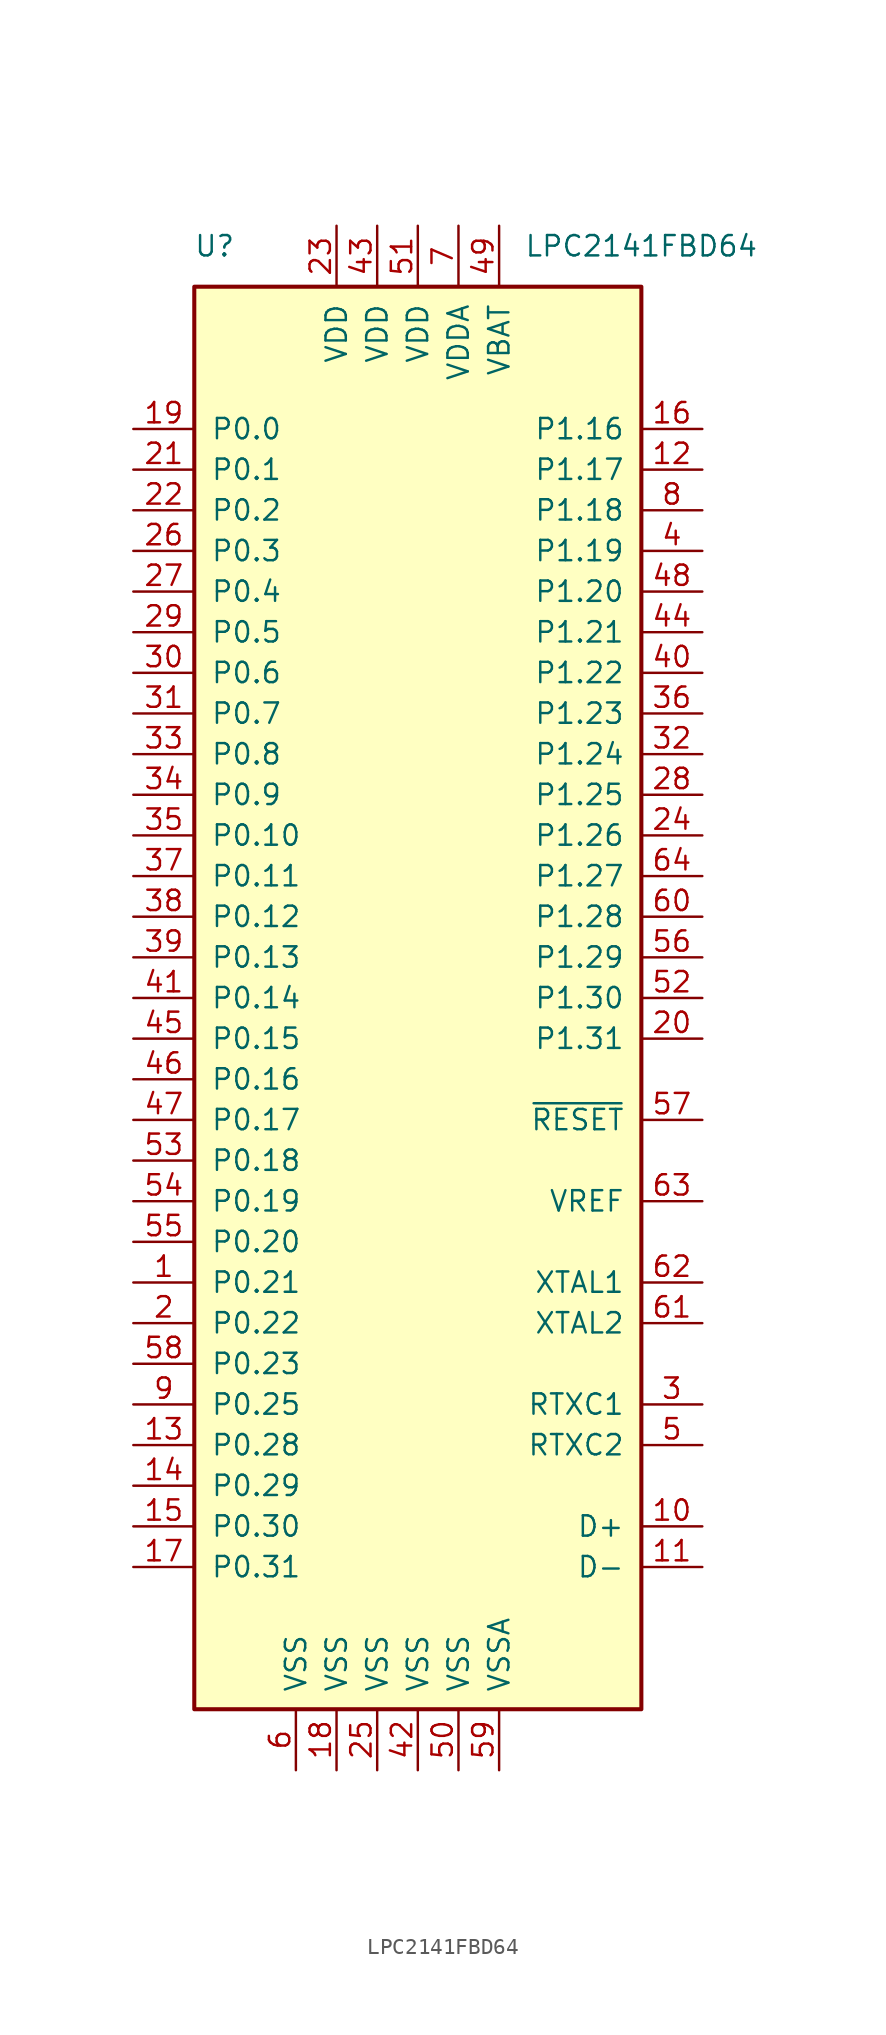
<source format=kicad_sym>
(kicad_symbol_lib
  (version 20220914)
  (generator kicad_symbol_editor)
  (symbol "LPC2141FBD64"
    (pin_names
      (offset 1.016))
    (property "Reference" "U"
      (at -12.7 46.99 0)
      (effects (font (size 1.27 1.27))))
    (property "Value" "LPC2141FBD64"
      (at 13.97 46.99 0)
      (effects (font (size 1.27 1.27))))
    (symbol "LPC2141FBD64_0_1"
      (rectangle (start 13.97 44.45) (end -13.97 -44.45) (stroke (width 0.254) (type default)) (fill (type background))))
    (symbol "LPC2141FBD64_1_1"
      (pin bidirectional line (at -17.78 -17.78 0) (length 3.81) (name "P0.21" (effects (font (size 1.27 1.27)))) (number "1" (effects (font (size 1.27 1.27)))))
      (pin bidirectional line (at 17.78 -33.02 180) (length 3.81) (name "D+" (effects (font (size 1.27 1.27)))) (number "10" (effects (font (size 1.27 1.27)))))
      (pin bidirectional line (at 17.78 -35.56 180) (length 3.81) (name "D-" (effects (font (size 1.27 1.27)))) (number "11" (effects (font (size 1.27 1.27)))))
      (pin bidirectional line (at 17.78 33.02 180) (length 3.81) (name "P1.17" (effects (font (size 1.27 1.27)))) (number "12" (effects (font (size 1.27 1.27)))))
      (pin bidirectional line (at -17.78 -27.94 0) (length 3.81) (name "P0.28" (effects (font (size 1.27 1.27)))) (number "13" (effects (font (size 1.27 1.27)))))
      (pin bidirectional line (at -17.78 -30.48 0) (length 3.81) (name "P0.29" (effects (font (size 1.27 1.27)))) (number "14" (effects (font (size 1.27 1.27)))))
      (pin bidirectional line (at -17.78 -33.02 0) (length 3.81) (name "P0.30" (effects (font (size 1.27 1.27)))) (number "15" (effects (font (size 1.27 1.27)))))
      (pin bidirectional line (at 17.78 35.56 180) (length 3.81) (name "P1.16" (effects (font (size 1.27 1.27)))) (number "16" (effects (font (size 1.27 1.27)))))
      (pin output line (at -17.78 -35.56 0) (length 3.81) (name "P0.31" (effects (font (size 1.27 1.27)))) (number "17" (effects (font (size 1.27 1.27)))))
      (pin power_in line (at -5.08 -48.26 90) (length 3.81) (name "VSS" (effects (font (size 1.27 1.27)))) (number "18" (effects (font (size 1.27 1.27)))))
      (pin bidirectional line (at -17.78 35.56 0) (length 3.81) (name "P0.0" (effects (font (size 1.27 1.27)))) (number "19" (effects (font (size 1.27 1.27)))))
      (pin bidirectional line (at -17.78 -20.32 0) (length 3.81) (name "P0.22" (effects (font (size 1.27 1.27)))) (number "2" (effects (font (size 1.27 1.27)))))
      (pin bidirectional line (at 17.78 -2.54 180) (length 3.81) (name "P1.31" (effects (font (size 1.27 1.27)))) (number "20" (effects (font (size 1.27 1.27)))))
      (pin bidirectional line (at -17.78 33.02 0) (length 3.81) (name "P0.1" (effects (font (size 1.27 1.27)))) (number "21" (effects (font (size 1.27 1.27)))))
      (pin bidirectional line (at -17.78 30.48 0) (length 3.81) (name "P0.2" (effects (font (size 1.27 1.27)))) (number "22" (effects (font (size 1.27 1.27)))))
      (pin power_in line (at -5.08 48.26 270) (length 3.81) (name "VDD" (effects (font (size 1.27 1.27)))) (number "23" (effects (font (size 1.27 1.27)))))
      (pin bidirectional line (at 17.78 10.16 180) (length 3.81) (name "P1.26" (effects (font (size 1.27 1.27)))) (number "24" (effects (font (size 1.27 1.27)))))
      (pin power_in line (at -2.54 -48.26 90) (length 3.81) (name "VSS" (effects (font (size 1.27 1.27)))) (number "25" (effects (font (size 1.27 1.27)))))
      (pin bidirectional line (at -17.78 27.94 0) (length 3.81) (name "P0.3" (effects (font (size 1.27 1.27)))) (number "26" (effects (font (size 1.27 1.27)))))
      (pin bidirectional line (at -17.78 25.4 0) (length 3.81) (name "P0.4" (effects (font (size 1.27 1.27)))) (number "27" (effects (font (size 1.27 1.27)))))
      (pin bidirectional line (at 17.78 12.7 180) (length 3.81) (name "P1.25" (effects (font (size 1.27 1.27)))) (number "28" (effects (font (size 1.27 1.27)))))
      (pin bidirectional line (at -17.78 22.86 0) (length 3.81) (name "P0.5" (effects (font (size 1.27 1.27)))) (number "29" (effects (font (size 1.27 1.27)))))
      (pin input line (at 17.78 -25.4 180) (length 3.81) (name "RTXC1" (effects (font (size 1.27 1.27)))) (number "3" (effects (font (size 1.27 1.27)))))
      (pin bidirectional line (at -17.78 20.32 0) (length 3.81) (name "P0.6" (effects (font (size 1.27 1.27)))) (number "30" (effects (font (size 1.27 1.27)))))
      (pin bidirectional line (at -17.78 17.78 0) (length 3.81) (name "P0.7" (effects (font (size 1.27 1.27)))) (number "31" (effects (font (size 1.27 1.27)))))
      (pin bidirectional line (at 17.78 15.24 180) (length 3.81) (name "P1.24" (effects (font (size 1.27 1.27)))) (number "32" (effects (font (size 1.27 1.27)))))
      (pin bidirectional line (at -17.78 15.24 0) (length 3.81) (name "P0.8" (effects (font (size 1.27 1.27)))) (number "33" (effects (font (size 1.27 1.27)))))
      (pin bidirectional line (at -17.78 12.7 0) (length 3.81) (name "P0.9" (effects (font (size 1.27 1.27)))) (number "34" (effects (font (size 1.27 1.27)))))
      (pin bidirectional line (at -17.78 10.16 0) (length 3.81) (name "P0.10" (effects (font (size 1.27 1.27)))) (number "35" (effects (font (size 1.27 1.27)))))
      (pin bidirectional line (at 17.78 17.78 180) (length 3.81) (name "P1.23" (effects (font (size 1.27 1.27)))) (number "36" (effects (font (size 1.27 1.27)))))
      (pin bidirectional line (at -17.78 7.62 0) (length 3.81) (name "P0.11" (effects (font (size 1.27 1.27)))) (number "37" (effects (font (size 1.27 1.27)))))
      (pin bidirectional line (at -17.78 5.08 0) (length 3.81) (name "P0.12" (effects (font (size 1.27 1.27)))) (number "38" (effects (font (size 1.27 1.27)))))
      (pin bidirectional line (at -17.78 2.54 0) (length 3.81) (name "P0.13" (effects (font (size 1.27 1.27)))) (number "39" (effects (font (size 1.27 1.27)))))
      (pin bidirectional line (at 17.78 27.94 180) (length 3.81) (name "P1.19" (effects (font (size 1.27 1.27)))) (number "4" (effects (font (size 1.27 1.27)))))
      (pin bidirectional line (at 17.78 20.32 180) (length 3.81) (name "P1.22" (effects (font (size 1.27 1.27)))) (number "40" (effects (font (size 1.27 1.27)))))
      (pin bidirectional line (at -17.78 0 0) (length 3.81) (name "P0.14" (effects (font (size 1.27 1.27)))) (number "41" (effects (font (size 1.27 1.27)))))
      (pin power_in line (at 0 -48.26 90) (length 3.81) (name "VSS" (effects (font (size 1.27 1.27)))) (number "42" (effects (font (size 1.27 1.27)))))
      (pin power_in line (at -2.54 48.26 270) (length 3.81) (name "VDD" (effects (font (size 1.27 1.27)))) (number "43" (effects (font (size 1.27 1.27)))))
      (pin bidirectional line (at 17.78 22.86 180) (length 3.81) (name "P1.21" (effects (font (size 1.27 1.27)))) (number "44" (effects (font (size 1.27 1.27)))))
      (pin bidirectional line (at -17.78 -2.54 0) (length 3.81) (name "P0.15" (effects (font (size 1.27 1.27)))) (number "45" (effects (font (size 1.27 1.27)))))
      (pin bidirectional line (at -17.78 -5.08 0) (length 3.81) (name "P0.16" (effects (font (size 1.27 1.27)))) (number "46" (effects (font (size 1.27 1.27)))))
      (pin bidirectional line (at -17.78 -7.62 0) (length 3.81) (name "P0.17" (effects (font (size 1.27 1.27)))) (number "47" (effects (font (size 1.27 1.27)))))
      (pin bidirectional line (at 17.78 25.4 180) (length 3.81) (name "P1.20" (effects (font (size 1.27 1.27)))) (number "48" (effects (font (size 1.27 1.27)))))
      (pin power_in line (at 5.08 48.26 270) (length 3.81) (name "VBAT" (effects (font (size 1.27 1.27)))) (number "49" (effects (font (size 1.27 1.27)))))
      (pin output line (at 17.78 -27.94 180) (length 3.81) (name "RTXC2" (effects (font (size 1.27 1.27)))) (number "5" (effects (font (size 1.27 1.27)))))
      (pin power_in line (at 2.54 -48.26 90) (length 3.81) (name "VSS" (effects (font (size 1.27 1.27)))) (number "50" (effects (font (size 1.27 1.27)))))
      (pin power_in line (at 0 48.26 270) (length 3.81) (name "VDD" (effects (font (size 1.27 1.27)))) (number "51" (effects (font (size 1.27 1.27)))))
      (pin bidirectional line (at 17.78 0 180) (length 3.81) (name "P1.30" (effects (font (size 1.27 1.27)))) (number "52" (effects (font (size 1.27 1.27)))))
      (pin bidirectional line (at -17.78 -10.16 0) (length 3.81) (name "P0.18" (effects (font (size 1.27 1.27)))) (number "53" (effects (font (size 1.27 1.27)))))
      (pin bidirectional line (at -17.78 -12.7 0) (length 3.81) (name "P0.19" (effects (font (size 1.27 1.27)))) (number "54" (effects (font (size 1.27 1.27)))))
      (pin bidirectional line (at -17.78 -15.24 0) (length 3.81) (name "P0.20" (effects (font (size 1.27 1.27)))) (number "55" (effects (font (size 1.27 1.27)))))
      (pin bidirectional line (at 17.78 2.54 180) (length 3.81) (name "P1.29" (effects (font (size 1.27 1.27)))) (number "56" (effects (font (size 1.27 1.27)))))
      (pin input line (at 17.78 -7.62 180) (length 3.81) (name "~{RESET}" (effects (font (size 1.27 1.27)))) (number "57" (effects (font (size 1.27 1.27)))))
      (pin bidirectional line (at -17.78 -22.86 0) (length 3.81) (name "P0.23" (effects (font (size 1.27 1.27)))) (number "58" (effects (font (size 1.27 1.27)))))
      (pin power_in line (at 5.08 -48.26 90) (length 3.81) (name "VSSA" (effects (font (size 1.27 1.27)))) (number "59" (effects (font (size 1.27 1.27)))))
      (pin power_in line (at -7.62 -48.26 90) (length 3.81) (name "VSS" (effects (font (size 1.27 1.27)))) (number "6" (effects (font (size 1.27 1.27)))))
      (pin bidirectional line (at 17.78 5.08 180) (length 3.81) (name "P1.28" (effects (font (size 1.27 1.27)))) (number "60" (effects (font (size 1.27 1.27)))))
      (pin output line (at 17.78 -20.32 180) (length 3.81) (name "XTAL2" (effects (font (size 1.27 1.27)))) (number "61" (effects (font (size 1.27 1.27)))))
      (pin input line (at 17.78 -17.78 180) (length 3.81) (name "XTAL1" (effects (font (size 1.27 1.27)))) (number "62" (effects (font (size 1.27 1.27)))))
      (pin input line (at 17.78 -12.7 180) (length 3.81) (name "VREF" (effects (font (size 1.27 1.27)))) (number "63" (effects (font (size 1.27 1.27)))))
      (pin bidirectional line (at 17.78 7.62 180) (length 3.81) (name "P1.27" (effects (font (size 1.27 1.27)))) (number "64" (effects (font (size 1.27 1.27)))))
      (pin power_in line (at 2.54 48.26 270) (length 3.81) (name "VDDA" (effects (font (size 1.27 1.27)))) (number "7" (effects (font (size 1.27 1.27)))))
      (pin bidirectional line (at 17.78 30.48 180) (length 3.81) (name "P1.18" (effects (font (size 1.27 1.27)))) (number "8" (effects (font (size 1.27 1.27)))))
      (pin bidirectional line (at -17.78 -25.4 0) (length 3.81) (name "P0.25" (effects (font (size 1.27 1.27)))) (number "9" (effects (font (size 1.27 1.27))))))))
</source>
